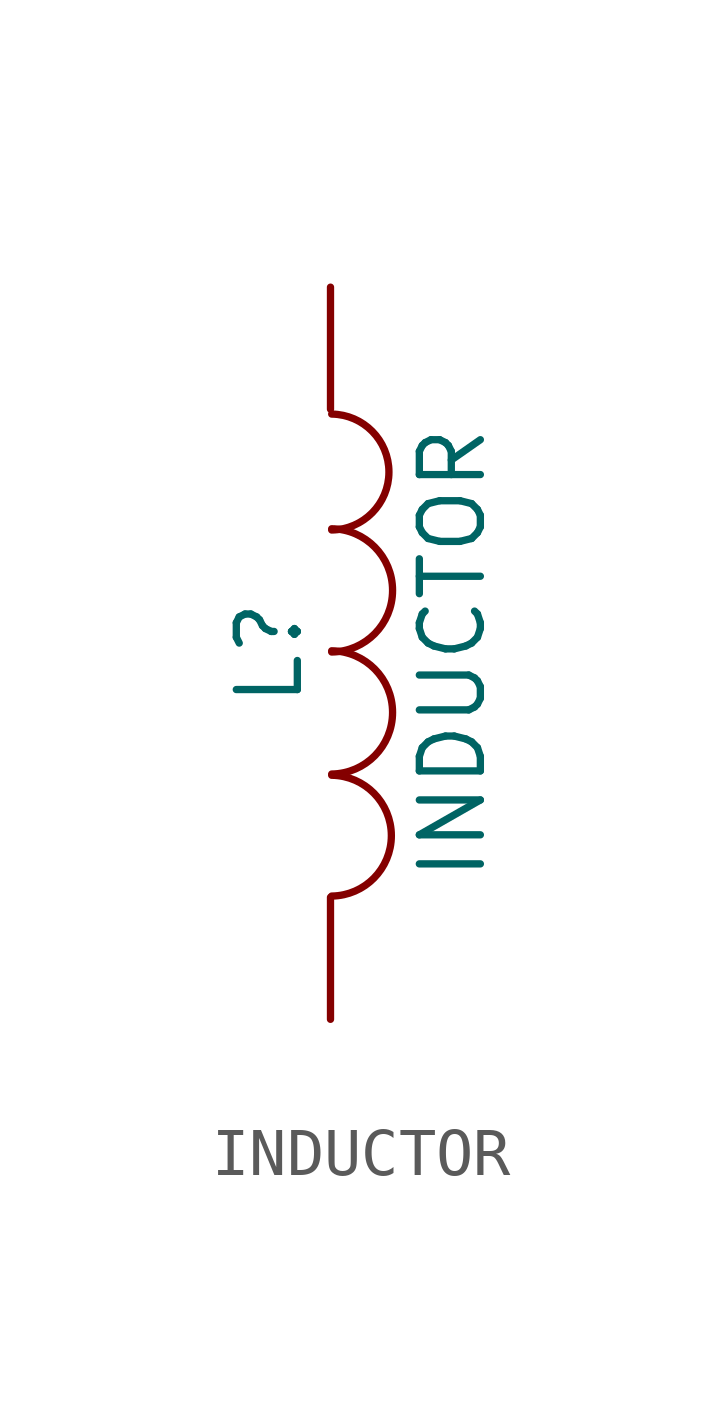
<source format=kicad_sym>
(kicad_symbol_lib
  (version 20201005)
  (generator kicad_symbol_editor)
  (symbol "pic_programmer_schlib:INDUCTOR"
    (pin_numbers hide)
    (pin_names
      (offset 1.016) hide)
    (property "Reference" "L"
      (at -1.27 0 90)
      (effects (font (size 1.27 1.27))))
    (property "Value" "INDUCTOR"
      (at 2.54 0 90)
      (effects (font (size 1.27 1.27))))
    (property "Footprint" ""
      (at 0 0 0)
      (effects (font (size 1.524 1.524))))
    (property "Datasheet" ""
      (at 0 0 0)
      (effects (font (size 1.524 1.524))))
    (symbol "INDUCTOR_0_1"
      (arc (start 0.0254 -5.0546) (end 0.0254 -2.54) (radius (at 0 -3.81) (length 1.27) (angles -88.9 88.9)) (stroke (width 0)) (fill (type none)))
      (arc (start 0.0254 -2.5146) (end 0.0254 0.0508) (radius (at 0 -1.2446) (length 1.2954) (angles -88.9 88.9)) (stroke (width 0)) (fill (type none)))
      (arc (start 0.0254 0.0254) (end 0.0254 2.5908) (radius (at 0 1.2954) (length 1.2954) (angles -88.9 88.9)) (stroke (width 0)) (fill (type none)))
      (arc (start 0.0254 2.5654) (end 0.0254 4.9784) (radius (at 0 3.7592) (length 1.2192) (angles -88.9 88.9)) (stroke (width 0)) (fill (type none))))
    (symbol "INDUCTOR_1_1"
      (pin passive line (at 0 7.62 270) (length 2.54) (name "1" (effects (font (size 1.778 1.778)))) (number "1" (effects (font (size 1.778 1.778)))))
      (pin passive line (at 0 -7.62 90) (length 2.54) (name "2" (effects (font (size 1.778 1.778)))) (number "2" (effects (font (size 1.778 1.778))))))))
</source>
